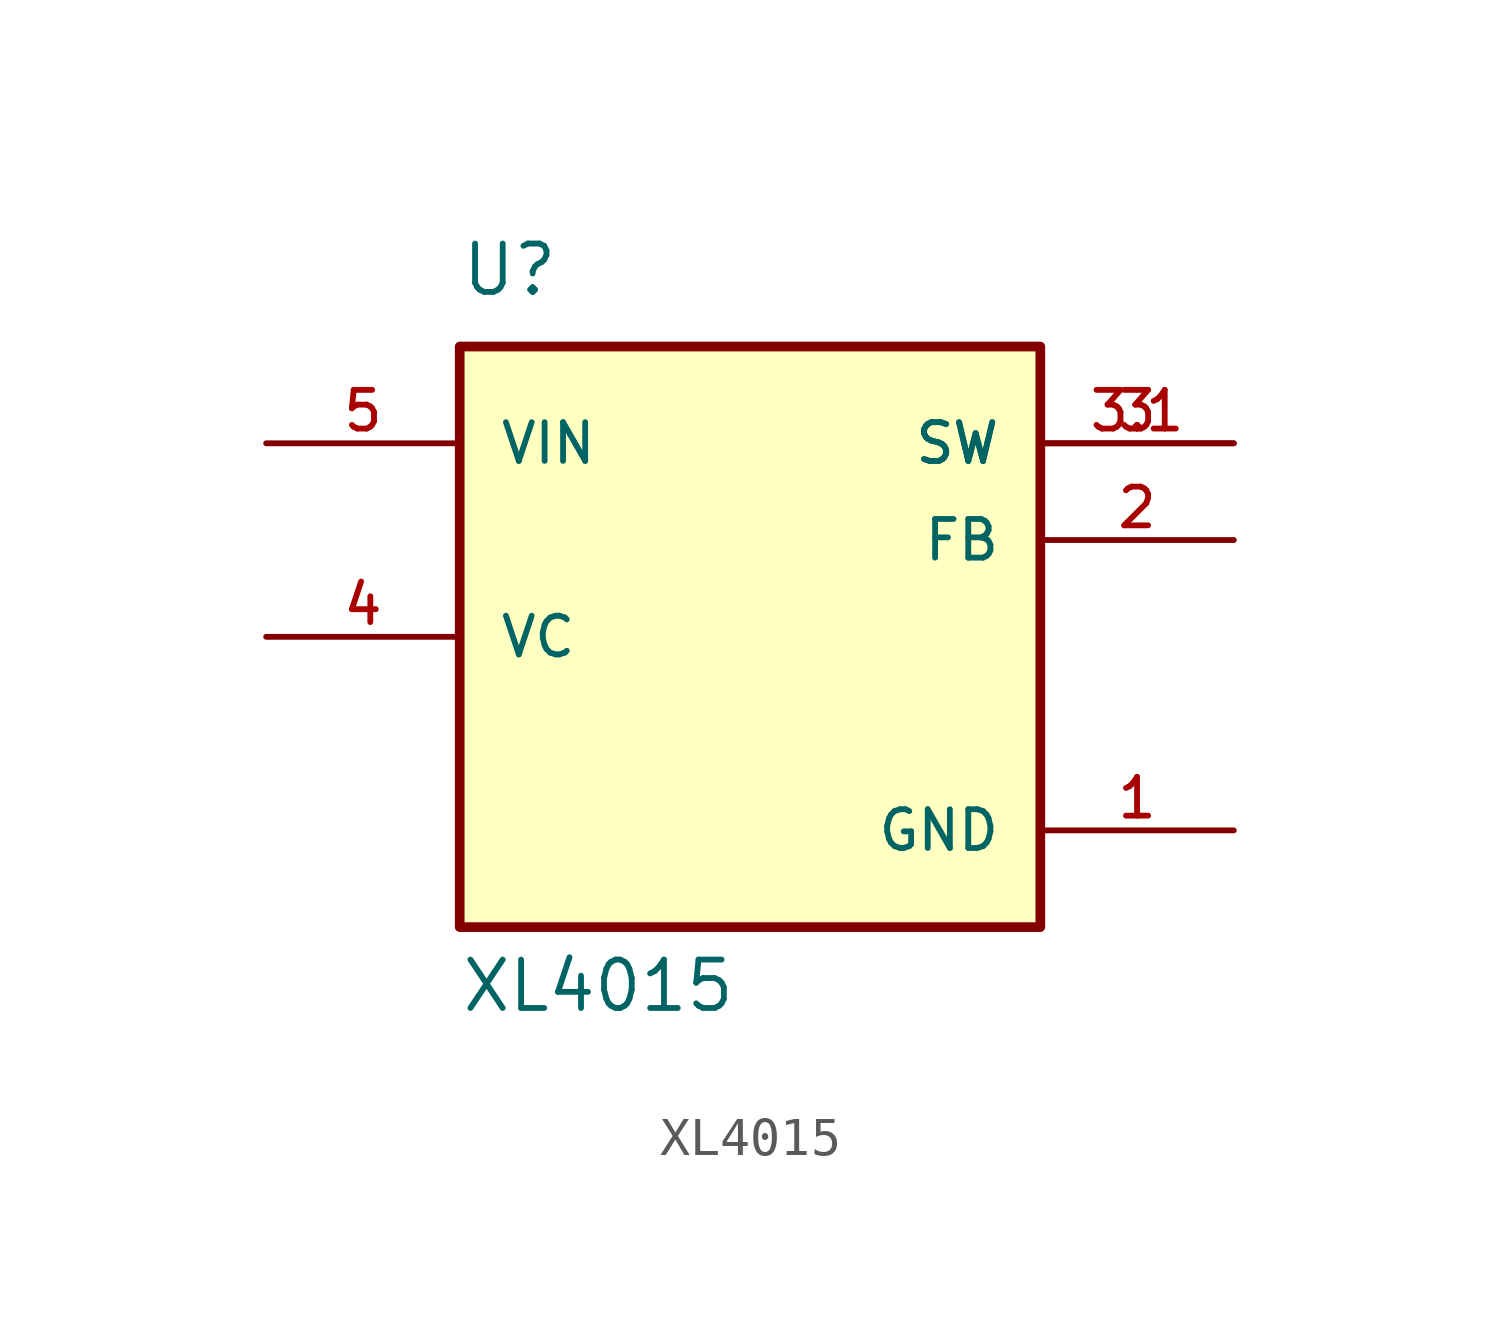
<source format=kicad_sym>
(kicad_symbol_lib
  (version 20211014)
  (generator kicad_symbol_editor)
  (symbol "XL4015"
    (pin_names
      (offset 1.016))
    (property "Reference" "U"
      (at -7.62 8.89 0)
      (effects (font (size 1.27 1.27)) (justify bottom left)))
    (property "Value" "XL4015"
      (at -7.62 -9.906 0)
      (effects (font (size 1.27 1.27)) (justify bottom left)))
    (symbol "XL4015_0_0"
      (rectangle (start -7.62 -7.62) (end 7.62 7.62) (stroke (width 0.254)) (fill (type background)))
      (pin input line (at 12.7 2.54 180.0) (length 5.08) (name "FB" (effects (font (size 1.016 1.016)))) (number "2" (effects (font (size 1.016 1.016)))))
      (pin input line (at -12.7 5.08 0) (length 5.08) (name "VIN" (effects (font (size 1.016 1.016)))) (number "5" (effects (font (size 1.016 1.016)))))
      (pin output line (at 12.7 5.08 180.0) (length 5.08) (name "SW" (effects (font (size 1.016 1.016)))) (number "3" (effects (font (size 1.016 1.016)))))
      (pin output line (at 12.7 5.08 180.0) (length 5.08) (name "SW" (effects (font (size 1.016 1.016)))) (number "3.1" (effects (font (size 1.016 1.016)))))
      (pin passive line (at -12.7 0.0 0) (length 5.08) (name "VC" (effects (font (size 1.016 1.016)))) (number "4" (effects (font (size 1.016 1.016)))))
      (pin power_in line (at 12.7 -5.08 180.0) (length 5.08) (name "GND" (effects (font (size 1.016 1.016)))) (number "1" (effects (font (size 1.016 1.016))))))))
</source>
